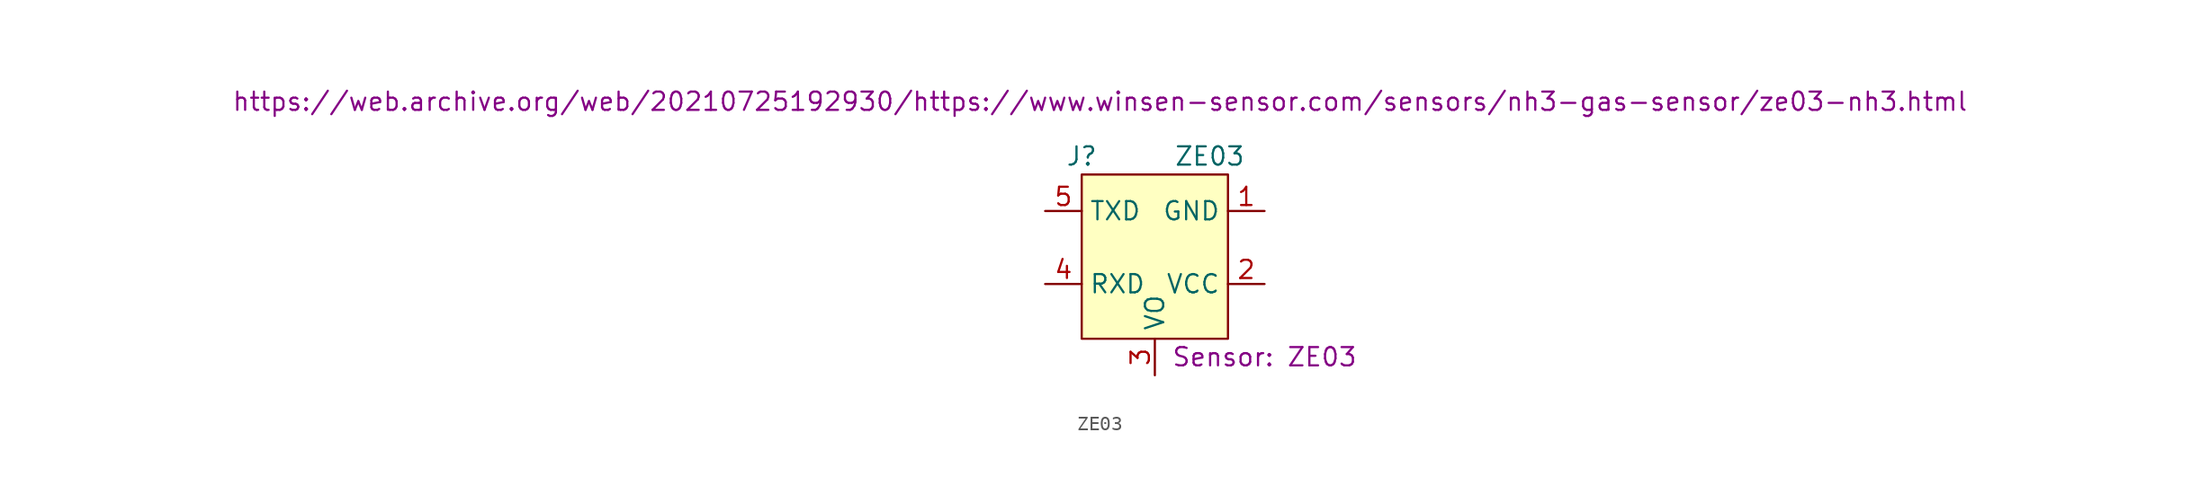
<source format=kicad_sym>
(kicad_symbol_lib
  (version 20220914)
  (generator kicad_symbol_editor)
  (symbol "ZE03"
    (property "Reference" "J"
      (at -5.08 6.35 0)
      (effects (font (size 1.27 1.27))))
    (property "Value" "ZE03"
      (at 3.81 6.35 0)
      (effects (font (size 1.27 1.27))))
    (property "Footprint" "Sensor: ZE03"
      (at 7.62 -7.62 0)
      (effects (font (size 1.27 1.27))))
    (property "Datasheet" "https://web.archive.org/web/20210725192930/https://www.winsen-sensor.com/sensors/nh3-gas-sensor/ze03-nh3.html"
      (at -3.81 10.16 0)
      (effects (font (size 1.27 1.27))))
    (symbol "ZE03_1_1"
      (rectangle (start -5.08 5.08) (end 5.08 -6.35) (stroke (width 0) (type default)) (fill (type background)))
      (pin power_in line (at 7.62 2.54 180) (length 2.54) (name "GND" (effects (font (size 1.27 1.27)))) (number "1" (effects (font (size 1.27 1.27)))))
      (pin power_in line (at 7.62 -2.54 180) (length 2.54) (name "VCC" (effects (font (size 1.27 1.27)))) (number "2" (effects (font (size 1.27 1.27)))))
      (pin output line (at 0 -8.89 90) (length 2.54) (name "VO" (effects (font (size 1.27 1.27)))) (number "3" (effects (font (size 1.27 1.27)))))
      (pin input line (at -7.62 -2.54 0) (length 2.54) (name "RXD" (effects (font (size 1.27 1.27)))) (number "4" (effects (font (size 1.27 1.27)))))
      (pin output line (at -7.62 2.54 0) (length 2.54) (name "TXD" (effects (font (size 1.27 1.27)))) (number "5" (effects (font (size 1.27 1.27))))))))
</source>
